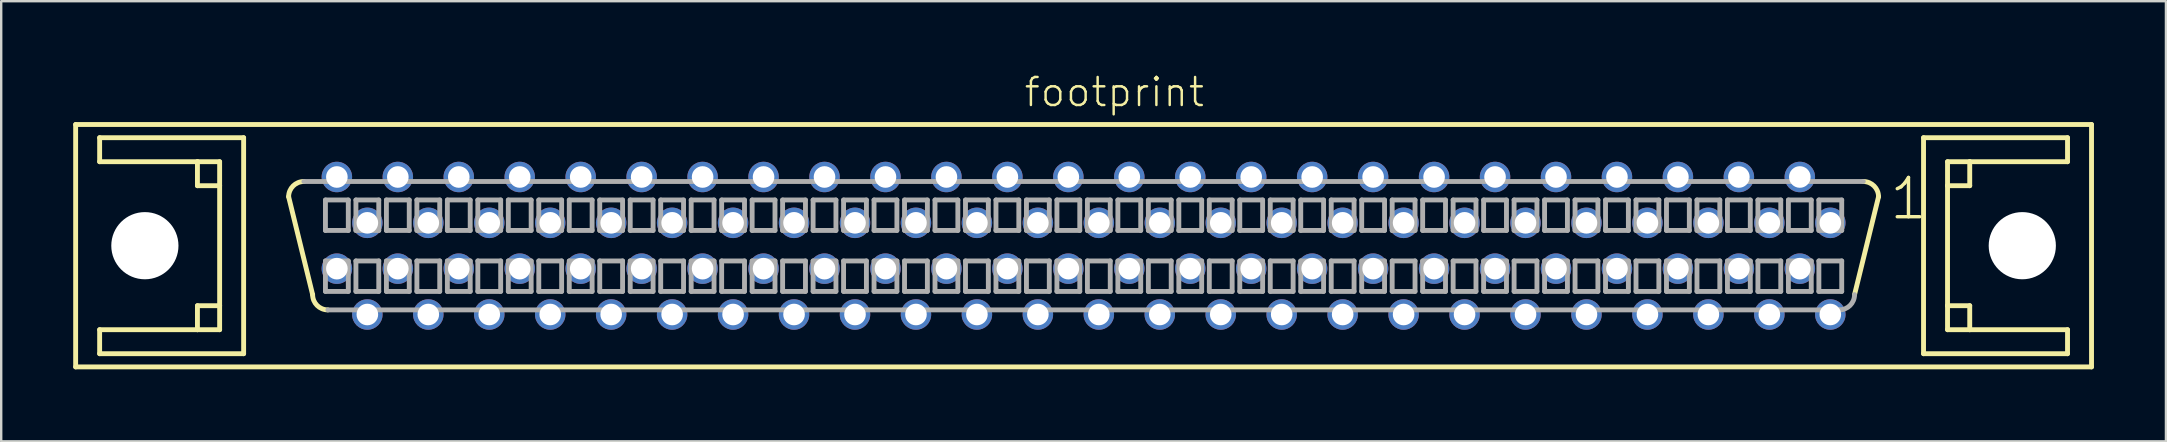
<source format=kicad_pcb>
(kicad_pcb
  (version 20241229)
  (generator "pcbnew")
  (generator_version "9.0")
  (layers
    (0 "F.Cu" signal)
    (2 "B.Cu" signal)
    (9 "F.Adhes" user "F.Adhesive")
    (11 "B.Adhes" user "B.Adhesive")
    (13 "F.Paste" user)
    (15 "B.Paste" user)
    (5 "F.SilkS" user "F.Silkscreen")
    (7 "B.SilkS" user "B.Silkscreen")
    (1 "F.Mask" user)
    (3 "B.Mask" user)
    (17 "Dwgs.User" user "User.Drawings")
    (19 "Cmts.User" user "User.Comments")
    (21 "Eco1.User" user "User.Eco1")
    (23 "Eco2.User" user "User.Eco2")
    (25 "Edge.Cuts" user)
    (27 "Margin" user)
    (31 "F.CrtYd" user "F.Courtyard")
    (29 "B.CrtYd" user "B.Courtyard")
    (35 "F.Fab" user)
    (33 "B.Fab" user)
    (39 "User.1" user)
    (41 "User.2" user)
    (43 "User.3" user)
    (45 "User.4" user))
  (footprint "footprint"
    (layer "F.Cu")
    (at 42.102 7.188)
    (property "Reference" "footprint" (at -2.54 -5.715 0) (layer "F.SilkS") (effects (font (size 1.168 1.168) (thickness 0.102)) (justify left bottom)))
    (fp_line (start -42 -5.05) (end 42 -5.05) (stroke (width 0.203) (type solid)) (layer "F.SilkS"))
    (fp_line (start -42 5.05) (end -42 -5.05) (stroke (width 0.203) (type solid)) (layer "F.SilkS"))
    (fp_line (start -41 -4.5) (end -41 -3.5) (stroke (width 0.203) (type solid)) (layer "F.SilkS"))
    (fp_line (start -41 -3.5) (end -36.925 -3.5) (stroke (width 0.203) (type solid)) (layer "F.SilkS"))
    (fp_line (start -41 3.5) (end -41 4.5) (stroke (width 0.203) (type solid)) (layer "F.SilkS"))
    (fp_line (start -41 4.5) (end -35 4.5) (stroke (width 0.203) (type solid)) (layer "F.SilkS"))
    (fp_line (start -36.925 -3.5) (end -36.925 -2.5) (stroke (width 0.203) (type solid)) (layer "F.SilkS"))
    (fp_line (start -36.925 -3.5) (end -36 -3.5) (stroke (width 0.203) (type solid)) (layer "F.SilkS"))
    (fp_line (start -36.925 -2.5) (end -36 -2.5) (stroke (width 0.203) (type solid)) (layer "F.SilkS"))
    (fp_line (start -36.925 2.5) (end -36.925 3.5) (stroke (width 0.203) (type solid)) (layer "F.SilkS"))
    (fp_line (start -36.925 3.5) (end -41 3.5) (stroke (width 0.203) (type solid)) (layer "F.SilkS"))
    (fp_line (start -36 -3.5) (end -36 -2.5) (stroke (width 0.203) (type solid)) (layer "F.SilkS"))
    (fp_line (start -36 -2.5) (end -36 2.5) (stroke (width 0.203) (type solid)) (layer "F.SilkS"))
    (fp_line (start -36 2.5) (end -36.925 2.5) (stroke (width 0.203) (type solid)) (layer "F.SilkS"))
    (fp_line (start -36 2.5) (end -36 3.5) (stroke (width 0.203) (type solid)) (layer "F.SilkS"))
    (fp_line (start -36 3.5) (end -36.925 3.5) (stroke (width 0.203) (type solid)) (layer "F.SilkS"))
    (fp_line (start -35 -4.5) (end -41 -4.5) (stroke (width 0.203) (type solid)) (layer "F.SilkS"))
    (fp_line (start -35 4.5) (end -35 -4.5) (stroke (width 0.203) (type solid)) (layer "F.SilkS"))
    (fp_line (start -32.125 2.04) (end -33.125 -2.04) (stroke (width 0.203) (type solid)) (layer "F.SilkS"))
    (fp_line (start 33.125 -2.04) (end 32.125 2.04) (stroke (width 0.203) (type solid)) (layer "F.SilkS"))
    (fp_line (start 35 -4.5) (end 35 4.5) (stroke (width 0.203) (type solid)) (layer "F.SilkS"))
    (fp_line (start 35 4.5) (end 41 4.5) (stroke (width 0.203) (type solid)) (layer "F.SilkS"))
    (fp_line (start 36 -3.5) (end 36.925 -3.5) (stroke (width 0.203) (type solid)) (layer "F.SilkS"))
    (fp_line (start 36 -2.5) (end 36 -3.5) (stroke (width 0.203) (type solid)) (layer "F.SilkS"))
    (fp_line (start 36 -2.5) (end 36.925 -2.5) (stroke (width 0.203) (type solid)) (layer "F.SilkS"))
    (fp_line (start 36 2.5) (end 36 -2.5) (stroke (width 0.203) (type solid)) (layer "F.SilkS"))
    (fp_line (start 36 3.5) (end 36 2.5) (stroke (width 0.203) (type solid)) (layer "F.SilkS"))
    (fp_line (start 36.925 -3.5) (end 41 -3.5) (stroke (width 0.203) (type solid)) (layer "F.SilkS"))
    (fp_line (start 36.925 -2.5) (end 36.925 -3.5) (stroke (width 0.203) (type solid)) (layer "F.SilkS"))
    (fp_line (start 36.925 2.5) (end 36 2.5) (stroke (width 0.203) (type solid)) (layer "F.SilkS"))
    (fp_line (start 36.925 3.5) (end 36 3.5) (stroke (width 0.203) (type solid)) (layer "F.SilkS"))
    (fp_line (start 36.925 3.5) (end 36.925 2.5) (stroke (width 0.203) (type solid)) (layer "F.SilkS"))
    (fp_line (start 41 -4.5) (end 35 -4.5) (stroke (width 0.203) (type solid)) (layer "F.SilkS"))
    (fp_line (start 41 -3.5) (end 41 -4.5) (stroke (width 0.203) (type solid)) (layer "F.SilkS"))
    (fp_line (start 41 3.5) (end 36.925 3.5) (stroke (width 0.203) (type solid)) (layer "F.SilkS"))
    (fp_line (start 41 4.5) (end 41 3.5) (stroke (width 0.203) (type solid)) (layer "F.SilkS"))
    (fp_line (start 42 -5.05) (end 42 5.05) (stroke (width 0.203) (type solid)) (layer "F.SilkS"))
    (fp_line (start 42 5.05) (end -42 5.05) (stroke (width 0.203) (type solid)) (layer "F.SilkS"))
    (fp_arc (start -33.125 -2.04) (mid -32.939013 -2.489013) (end -32.49 -2.675) (stroke (width 0.2032) (type solid)) (layer "F.SilkS"))
    (fp_arc (start -31.49 2.675) (mid -31.939013 2.489013) (end -32.125 2.04) (stroke (width 0.2032) (type solid)) (layer "F.SilkS"))
    (fp_arc (start 32.49 -2.675) (mid 32.939013 -2.489013) (end 33.125 -2.04) (stroke (width 0.2032) (type solid)) (layer "F.SilkS"))
    (fp_line (start -32.49 -2.675) (end 32.49 -2.675) (stroke (width 0.203) (type solid)) (layer "F.Fab"))
    (fp_line (start -31.591 -1.905) (end -31.591 -0.635) (stroke (width 0.203) (type solid)) (layer "F.Fab"))
    (fp_line (start -31.591 -0.635) (end -30.639 -0.635) (stroke (width 0.203) (type solid)) (layer "F.Fab"))
    (fp_line (start -31.591 0.635) (end -30.639 0.635) (stroke (width 0.203) (type solid)) (layer "F.Fab"))
    (fp_line (start -31.591 1.905) (end -31.591 0.635) (stroke (width 0.203) (type solid)) (layer "F.Fab"))
    (fp_line (start -30.639 -1.905) (end -31.591 -1.905) (stroke (width 0.203) (type solid)) (layer "F.Fab"))
    (fp_line (start -30.639 -0.635) (end -30.639 -1.905) (stroke (width 0.203) (type solid)) (layer "F.Fab"))
    (fp_line (start -30.639 0.635) (end -30.639 1.905) (stroke (width 0.203) (type solid)) (layer "F.Fab"))
    (fp_line (start -30.639 1.905) (end -31.591 1.905) (stroke (width 0.203) (type solid)) (layer "F.Fab"))
    (fp_line (start -30.321 -1.905) (end -30.321 -0.635) (stroke (width 0.203) (type solid)) (layer "F.Fab"))
    (fp_line (start -30.321 -0.635) (end -29.369 -0.635) (stroke (width 0.203) (type solid)) (layer "F.Fab"))
    (fp_line (start -30.321 0.635) (end -29.369 0.635) (stroke (width 0.203) (type solid)) (layer "F.Fab"))
    (fp_line (start -30.321 1.905) (end -30.321 0.635) (stroke (width 0.203) (type solid)) (layer "F.Fab"))
    (fp_line (start -29.369 -1.905) (end -30.321 -1.905) (stroke (width 0.203) (type solid)) (layer "F.Fab"))
    (fp_line (start -29.369 -0.635) (end -29.369 -1.905) (stroke (width 0.203) (type solid)) (layer "F.Fab"))
    (fp_line (start -29.369 0.635) (end -29.369 1.905) (stroke (width 0.203) (type solid)) (layer "F.Fab"))
    (fp_line (start -29.369 1.905) (end -30.321 1.905) (stroke (width 0.203) (type solid)) (layer "F.Fab"))
    (fp_line (start -29.051 -1.905) (end -29.051 -0.635) (stroke (width 0.203) (type solid)) (layer "F.Fab"))
    (fp_line (start -29.051 -0.635) (end -28.099 -0.635) (stroke (width 0.203) (type solid)) (layer "F.Fab"))
    (fp_line (start -29.051 0.635) (end -28.099 0.635) (stroke (width 0.203) (type solid)) (layer "F.Fab"))
    (fp_line (start -29.051 1.905) (end -29.051 0.635) (stroke (width 0.203) (type solid)) (layer "F.Fab"))
    (fp_line (start -28.099 -1.905) (end -29.051 -1.905) (stroke (width 0.203) (type solid)) (layer "F.Fab"))
    (fp_line (start -28.099 -0.635) (end -28.099 -1.905) (stroke (width 0.203) (type solid)) (layer "F.Fab"))
    (fp_line (start -28.099 0.635) (end -28.099 1.905) (stroke (width 0.203) (type solid)) (layer "F.Fab"))
    (fp_line (start -28.099 1.905) (end -29.051 1.905) (stroke (width 0.203) (type solid)) (layer "F.Fab"))
    (fp_line (start -27.781 -1.905) (end -27.781 -0.635) (stroke (width 0.203) (type solid)) (layer "F.Fab"))
    (fp_line (start -27.781 -0.635) (end -26.829 -0.635) (stroke (width 0.203) (type solid)) (layer "F.Fab"))
    (fp_line (start -27.781 0.635) (end -26.829 0.635) (stroke (width 0.203) (type solid)) (layer "F.Fab"))
    (fp_line (start -27.781 1.905) (end -27.781 0.635) (stroke (width 0.203) (type solid)) (layer "F.Fab"))
    (fp_line (start -26.829 -1.905) (end -27.781 -1.905) (stroke (width 0.203) (type solid)) (layer "F.Fab"))
    (fp_line (start -26.829 -0.635) (end -26.829 -1.905) (stroke (width 0.203) (type solid)) (layer "F.Fab"))
    (fp_line (start -26.829 0.635) (end -26.829 1.905) (stroke (width 0.203) (type solid)) (layer "F.Fab"))
    (fp_line (start -26.829 1.905) (end -27.781 1.905) (stroke (width 0.203) (type solid)) (layer "F.Fab"))
    (fp_line (start -26.511 -1.905) (end -26.511 -0.635) (stroke (width 0.203) (type solid)) (layer "F.Fab"))
    (fp_line (start -26.511 -0.635) (end -25.559 -0.635) (stroke (width 0.203) (type solid)) (layer "F.Fab"))
    (fp_line (start -26.511 0.635) (end -25.559 0.635) (stroke (width 0.203) (type solid)) (layer "F.Fab"))
    (fp_line (start -26.511 1.905) (end -26.511 0.635) (stroke (width 0.203) (type solid)) (layer "F.Fab"))
    (fp_line (start -25.559 -1.905) (end -26.511 -1.905) (stroke (width 0.203) (type solid)) (layer "F.Fab"))
    (fp_line (start -25.559 -0.635) (end -25.559 -1.905) (stroke (width 0.203) (type solid)) (layer "F.Fab"))
    (fp_line (start -25.559 0.635) (end -25.559 1.905) (stroke (width 0.203) (type solid)) (layer "F.Fab"))
    (fp_line (start -25.559 1.905) (end -26.511 1.905) (stroke (width 0.203) (type solid)) (layer "F.Fab"))
    (fp_line (start -25.241 -1.905) (end -25.241 -0.635) (stroke (width 0.203) (type solid)) (layer "F.Fab"))
    (fp_line (start -25.241 -0.635) (end -24.289 -0.635) (stroke (width 0.203) (type solid)) (layer "F.Fab"))
    (fp_line (start -25.241 0.635) (end -24.289 0.635) (stroke (width 0.203) (type solid)) (layer "F.Fab"))
    (fp_line (start -25.241 1.905) (end -25.241 0.635) (stroke (width 0.203) (type solid)) (layer "F.Fab"))
    (fp_line (start -24.289 -1.905) (end -25.241 -1.905) (stroke (width 0.203) (type solid)) (layer "F.Fab"))
    (fp_line (start -24.289 -0.635) (end -24.289 -1.905) (stroke (width 0.203) (type solid)) (layer "F.Fab"))
    (fp_line (start -24.289 0.635) (end -24.289 1.905) (stroke (width 0.203) (type solid)) (layer "F.Fab"))
    (fp_line (start -24.289 1.905) (end -25.241 1.905) (stroke (width 0.203) (type solid)) (layer "F.Fab"))
    (fp_line (start -23.971 -1.905) (end -23.971 -0.635) (stroke (width 0.203) (type solid)) (layer "F.Fab"))
    (fp_line (start -23.971 -0.635) (end -23.019 -0.635) (stroke (width 0.203) (type solid)) (layer "F.Fab"))
    (fp_line (start -23.971 0.635) (end -23.019 0.635) (stroke (width 0.203) (type solid)) (layer "F.Fab"))
    (fp_line (start -23.971 1.905) (end -23.971 0.635) (stroke (width 0.203) (type solid)) (layer "F.Fab"))
    (fp_line (start -23.019 -1.905) (end -23.971 -1.905) (stroke (width 0.203) (type solid)) (layer "F.Fab"))
    (fp_line (start -23.019 -0.635) (end -23.019 -1.905) (stroke (width 0.203) (type solid)) (layer "F.Fab"))
    (fp_line (start -23.019 0.635) (end -23.019 1.905) (stroke (width 0.203) (type solid)) (layer "F.Fab"))
    (fp_line (start -23.019 1.905) (end -23.971 1.905) (stroke (width 0.203) (type solid)) (layer "F.Fab"))
    (fp_line (start -22.701 -1.905) (end -22.701 -0.635) (stroke (width 0.203) (type solid)) (layer "F.Fab"))
    (fp_line (start -22.701 -0.635) (end -21.749 -0.635) (stroke (width 0.203) (type solid)) (layer "F.Fab"))
    (fp_line (start -22.701 0.635) (end -21.749 0.635) (stroke (width 0.203) (type solid)) (layer "F.Fab"))
    (fp_line (start -22.701 1.905) (end -22.701 0.635) (stroke (width 0.203) (type solid)) (layer "F.Fab"))
    (fp_line (start -21.749 -1.905) (end -22.701 -1.905) (stroke (width 0.203) (type solid)) (layer "F.Fab"))
    (fp_line (start -21.749 -0.635) (end -21.749 -1.905) (stroke (width 0.203) (type solid)) (layer "F.Fab"))
    (fp_line (start -21.749 0.635) (end -21.749 1.905) (stroke (width 0.203) (type solid)) (layer "F.Fab"))
    (fp_line (start -21.749 1.905) (end -22.701 1.905) (stroke (width 0.203) (type solid)) (layer "F.Fab"))
    (fp_line (start -21.431 -1.905) (end -21.431 -0.635) (stroke (width 0.203) (type solid)) (layer "F.Fab"))
    (fp_line (start -21.431 -0.635) (end -20.479 -0.635) (stroke (width 0.203) (type solid)) (layer "F.Fab"))
    (fp_line (start -21.431 0.635) (end -20.479 0.635) (stroke (width 0.203) (type solid)) (layer "F.Fab"))
    (fp_line (start -21.431 1.905) (end -21.431 0.635) (stroke (width 0.203) (type solid)) (layer "F.Fab"))
    (fp_line (start -20.479 -1.905) (end -21.431 -1.905) (stroke (width 0.203) (type solid)) (layer "F.Fab"))
    (fp_line (start -20.479 -0.635) (end -20.479 -1.905) (stroke (width 0.203) (type solid)) (layer "F.Fab"))
    (fp_line (start -20.479 0.635) (end -20.479 1.905) (stroke (width 0.203) (type solid)) (layer "F.Fab"))
    (fp_line (start -20.479 1.905) (end -21.431 1.905) (stroke (width 0.203) (type solid)) (layer "F.Fab"))
    (fp_line (start -20.161 -1.905) (end -20.161 -0.635) (stroke (width 0.203) (type solid)) (layer "F.Fab"))
    (fp_line (start -20.161 -0.635) (end -19.209 -0.635) (stroke (width 0.203) (type solid)) (layer "F.Fab"))
    (fp_line (start -20.161 0.635) (end -19.209 0.635) (stroke (width 0.203) (type solid)) (layer "F.Fab"))
    (fp_line (start -20.161 1.905) (end -20.161 0.635) (stroke (width 0.203) (type solid)) (layer "F.Fab"))
    (fp_line (start -19.209 -1.905) (end -20.161 -1.905) (stroke (width 0.203) (type solid)) (layer "F.Fab"))
    (fp_line (start -19.209 -0.635) (end -19.209 -1.905) (stroke (width 0.203) (type solid)) (layer "F.Fab"))
    (fp_line (start -19.209 0.635) (end -19.209 1.905) (stroke (width 0.203) (type solid)) (layer "F.Fab"))
    (fp_line (start -19.209 1.905) (end -20.161 1.905) (stroke (width 0.203) (type solid)) (layer "F.Fab"))
    (fp_line (start -18.891 -1.905) (end -18.891 -0.635) (stroke (width 0.203) (type solid)) (layer "F.Fab"))
    (fp_line (start -18.891 -0.635) (end -17.939 -0.635) (stroke (width 0.203) (type solid)) (layer "F.Fab"))
    (fp_line (start -18.891 0.635) (end -17.939 0.635) (stroke (width 0.203) (type solid)) (layer "F.Fab"))
    (fp_line (start -18.891 1.905) (end -18.891 0.635) (stroke (width 0.203) (type solid)) (layer "F.Fab"))
    (fp_line (start -17.939 -1.905) (end -18.891 -1.905) (stroke (width 0.203) (type solid)) (layer "F.Fab"))
    (fp_line (start -17.939 -0.635) (end -17.939 -1.905) (stroke (width 0.203) (type solid)) (layer "F.Fab"))
    (fp_line (start -17.939 0.635) (end -17.939 1.905) (stroke (width 0.203) (type solid)) (layer "F.Fab"))
    (fp_line (start -17.939 1.905) (end -18.891 1.905) (stroke (width 0.203) (type solid)) (layer "F.Fab"))
    (fp_line (start -17.621 -1.905) (end -17.621 -0.635) (stroke (width 0.203) (type solid)) (layer "F.Fab"))
    (fp_line (start -17.621 -0.635) (end -16.669 -0.635) (stroke (width 0.203) (type solid)) (layer "F.Fab"))
    (fp_line (start -17.621 0.635) (end -16.669 0.635) (stroke (width 0.203) (type solid)) (layer "F.Fab"))
    (fp_line (start -17.621 1.905) (end -17.621 0.635) (stroke (width 0.203) (type solid)) (layer "F.Fab"))
    (fp_line (start -16.669 -1.905) (end -17.621 -1.905) (stroke (width 0.203) (type solid)) (layer "F.Fab"))
    (fp_line (start -16.669 -0.635) (end -16.669 -1.905) (stroke (width 0.203) (type solid)) (layer "F.Fab"))
    (fp_line (start -16.669 0.635) (end -16.669 1.905) (stroke (width 0.203) (type solid)) (layer "F.Fab"))
    (fp_line (start -16.669 1.905) (end -17.621 1.905) (stroke (width 0.203) (type solid)) (layer "F.Fab"))
    (fp_line (start -16.351 -1.905) (end -16.351 -0.635) (stroke (width 0.203) (type solid)) (layer "F.Fab"))
    (fp_line (start -16.351 -0.635) (end -15.399 -0.635) (stroke (width 0.203) (type solid)) (layer "F.Fab"))
    (fp_line (start -16.351 0.635) (end -15.399 0.635) (stroke (width 0.203) (type solid)) (layer "F.Fab"))
    (fp_line (start -16.351 1.905) (end -16.351 0.635) (stroke (width 0.203) (type solid)) (layer "F.Fab"))
    (fp_line (start -15.399 -1.905) (end -16.351 -1.905) (stroke (width 0.203) (type solid)) (layer "F.Fab"))
    (fp_line (start -15.399 -0.635) (end -15.399 -1.905) (stroke (width 0.203) (type solid)) (layer "F.Fab"))
    (fp_line (start -15.399 0.635) (end -15.399 1.905) (stroke (width 0.203) (type solid)) (layer "F.Fab"))
    (fp_line (start -15.399 1.905) (end -16.351 1.905) (stroke (width 0.203) (type solid)) (layer "F.Fab"))
    (fp_line (start -15.081 -1.905) (end -15.081 -0.635) (stroke (width 0.203) (type solid)) (layer "F.Fab"))
    (fp_line (start -15.081 -0.635) (end -14.129 -0.635) (stroke (width 0.203) (type solid)) (layer "F.Fab"))
    (fp_line (start -15.081 0.635) (end -14.129 0.635) (stroke (width 0.203) (type solid)) (layer "F.Fab"))
    (fp_line (start -15.081 1.905) (end -15.081 0.635) (stroke (width 0.203) (type solid)) (layer "F.Fab"))
    (fp_line (start -14.129 -1.905) (end -15.081 -1.905) (stroke (width 0.203) (type solid)) (layer "F.Fab"))
    (fp_line (start -14.129 -0.635) (end -14.129 -1.905) (stroke (width 0.203) (type solid)) (layer "F.Fab"))
    (fp_line (start -14.129 0.635) (end -14.129 1.905) (stroke (width 0.203) (type solid)) (layer "F.Fab"))
    (fp_line (start -14.129 1.905) (end -15.081 1.905) (stroke (width 0.203) (type solid)) (layer "F.Fab"))
    (fp_line (start -13.811 -1.905) (end -13.811 -0.635) (stroke (width 0.203) (type solid)) (layer "F.Fab"))
    (fp_line (start -13.811 -0.635) (end -12.859 -0.635) (stroke (width 0.203) (type solid)) (layer "F.Fab"))
    (fp_line (start -13.811 0.635) (end -12.859 0.635) (stroke (width 0.203) (type solid)) (layer "F.Fab"))
    (fp_line (start -13.811 1.905) (end -13.811 0.635) (stroke (width 0.203) (type solid)) (layer "F.Fab"))
    (fp_line (start -12.859 -1.905) (end -13.811 -1.905) (stroke (width 0.203) (type solid)) (layer "F.Fab"))
    (fp_line (start -12.859 -0.635) (end -12.859 -1.905) (stroke (width 0.203) (type solid)) (layer "F.Fab"))
    (fp_line (start -12.859 0.635) (end -12.859 1.905) (stroke (width 0.203) (type solid)) (layer "F.Fab"))
    (fp_line (start -12.859 1.905) (end -13.811 1.905) (stroke (width 0.203) (type solid)) (layer "F.Fab"))
    (fp_line (start -12.541 -1.905) (end -12.541 -0.635) (stroke (width 0.203) (type solid)) (layer "F.Fab"))
    (fp_line (start -12.541 -0.635) (end -11.589 -0.635) (stroke (width 0.203) (type solid)) (layer "F.Fab"))
    (fp_line (start -12.541 0.635) (end -11.589 0.635) (stroke (width 0.203) (type solid)) (layer "F.Fab"))
    (fp_line (start -12.541 1.905) (end -12.541 0.635) (stroke (width 0.203) (type solid)) (layer "F.Fab"))
    (fp_line (start -11.589 -1.905) (end -12.541 -1.905) (stroke (width 0.203) (type solid)) (layer "F.Fab"))
    (fp_line (start -11.589 -0.635) (end -11.589 -1.905) (stroke (width 0.203) (type solid)) (layer "F.Fab"))
    (fp_line (start -11.589 0.635) (end -11.589 1.905) (stroke (width 0.203) (type solid)) (layer "F.Fab"))
    (fp_line (start -11.589 1.905) (end -12.541 1.905) (stroke (width 0.203) (type solid)) (layer "F.Fab"))
    (fp_line (start -11.271 -1.905) (end -11.271 -0.635) (stroke (width 0.203) (type solid)) (layer "F.Fab"))
    (fp_line (start -11.271 -0.635) (end -10.319 -0.635) (stroke (width 0.203) (type solid)) (layer "F.Fab"))
    (fp_line (start -11.271 0.635) (end -10.319 0.635) (stroke (width 0.203) (type solid)) (layer "F.Fab"))
    (fp_line (start -11.271 1.905) (end -11.271 0.635) (stroke (width 0.203) (type solid)) (layer "F.Fab"))
    (fp_line (start -10.319 -1.905) (end -11.271 -1.905) (stroke (width 0.203) (type solid)) (layer "F.Fab"))
    (fp_line (start -10.319 -0.635) (end -10.319 -1.905) (stroke (width 0.203) (type solid)) (layer "F.Fab"))
    (fp_line (start -10.319 0.635) (end -10.319 1.905) (stroke (width 0.203) (type solid)) (layer "F.Fab"))
    (fp_line (start -10.319 1.905) (end -11.271 1.905) (stroke (width 0.203) (type solid)) (layer "F.Fab"))
    (fp_line (start -10.001 -1.905) (end -10.001 -0.635) (stroke (width 0.203) (type solid)) (layer "F.Fab"))
    (fp_line (start -10.001 -0.635) (end -9.049 -0.635) (stroke (width 0.203) (type solid)) (layer "F.Fab"))
    (fp_line (start -10.001 0.635) (end -9.049 0.635) (stroke (width 0.203) (type solid)) (layer "F.Fab"))
    (fp_line (start -10.001 1.905) (end -10.001 0.635) (stroke (width 0.203) (type solid)) (layer "F.Fab"))
    (fp_line (start -9.049 -1.905) (end -10.001 -1.905) (stroke (width 0.203) (type solid)) (layer "F.Fab"))
    (fp_line (start -9.049 -0.635) (end -9.049 -1.905) (stroke (width 0.203) (type solid)) (layer "F.Fab"))
    (fp_line (start -9.049 0.635) (end -9.049 1.905) (stroke (width 0.203) (type solid)) (layer "F.Fab"))
    (fp_line (start -9.049 1.905) (end -10.001 1.905) (stroke (width 0.203) (type solid)) (layer "F.Fab"))
    (fp_line (start -8.731 -1.905) (end -8.731 -0.635) (stroke (width 0.203) (type solid)) (layer "F.Fab"))
    (fp_line (start -8.731 -0.635) (end -7.779 -0.635) (stroke (width 0.203) (type solid)) (layer "F.Fab"))
    (fp_line (start -8.731 0.635) (end -7.779 0.635) (stroke (width 0.203) (type solid)) (layer "F.Fab"))
    (fp_line (start -8.731 1.905) (end -8.731 0.635) (stroke (width 0.203) (type solid)) (layer "F.Fab"))
    (fp_line (start -7.779 -1.905) (end -8.731 -1.905) (stroke (width 0.203) (type solid)) (layer "F.Fab"))
    (fp_line (start -7.779 -0.635) (end -7.779 -1.905) (stroke (width 0.203) (type solid)) (layer "F.Fab"))
    (fp_line (start -7.779 0.635) (end -7.779 1.905) (stroke (width 0.203) (type solid)) (layer "F.Fab"))
    (fp_line (start -7.779 1.905) (end -8.731 1.905) (stroke (width 0.203) (type solid)) (layer "F.Fab"))
    (fp_line (start -7.461 -1.905) (end -7.461 -0.635) (stroke (width 0.203) (type solid)) (layer "F.Fab"))
    (fp_line (start -7.461 -0.635) (end -6.509 -0.635) (stroke (width 0.203) (type solid)) (layer "F.Fab"))
    (fp_line (start -7.461 0.635) (end -6.509 0.635) (stroke (width 0.203) (type solid)) (layer "F.Fab"))
    (fp_line (start -7.461 1.905) (end -7.461 0.635) (stroke (width 0.203) (type solid)) (layer "F.Fab"))
    (fp_line (start -6.509 -1.905) (end -7.461 -1.905) (stroke (width 0.203) (type solid)) (layer "F.Fab"))
    (fp_line (start -6.509 -0.635) (end -6.509 -1.905) (stroke (width 0.203) (type solid)) (layer "F.Fab"))
    (fp_line (start -6.509 0.635) (end -6.509 1.905) (stroke (width 0.203) (type solid)) (layer "F.Fab"))
    (fp_line (start -6.509 1.905) (end -7.461 1.905) (stroke (width 0.203) (type solid)) (layer "F.Fab"))
    (fp_line (start -6.191 -1.905) (end -6.191 -0.635) (stroke (width 0.203) (type solid)) (layer "F.Fab"))
    (fp_line (start -6.191 -0.635) (end -5.239 -0.635) (stroke (width 0.203) (type solid)) (layer "F.Fab"))
    (fp_line (start -6.191 0.635) (end -5.239 0.635) (stroke (width 0.203) (type solid)) (layer "F.Fab"))
    (fp_line (start -6.191 1.905) (end -6.191 0.635) (stroke (width 0.203) (type solid)) (layer "F.Fab"))
    (fp_line (start -5.239 -1.905) (end -6.191 -1.905) (stroke (width 0.203) (type solid)) (layer "F.Fab"))
    (fp_line (start -5.239 -0.635) (end -5.239 -1.905) (stroke (width 0.203) (type solid)) (layer "F.Fab"))
    (fp_line (start -5.239 0.635) (end -5.239 1.905) (stroke (width 0.203) (type solid)) (layer "F.Fab"))
    (fp_line (start -5.239 1.905) (end -6.191 1.905) (stroke (width 0.203) (type solid)) (layer "F.Fab"))
    (fp_line (start -4.921 -1.905) (end -4.921 -0.635) (stroke (width 0.203) (type solid)) (layer "F.Fab"))
    (fp_line (start -4.921 -0.635) (end -3.969 -0.635) (stroke (width 0.203) (type solid)) (layer "F.Fab"))
    (fp_line (start -4.921 0.635) (end -3.969 0.635) (stroke (width 0.203) (type solid)) (layer "F.Fab"))
    (fp_line (start -4.921 1.905) (end -4.921 0.635) (stroke (width 0.203) (type solid)) (layer "F.Fab"))
    (fp_line (start -3.969 -1.905) (end -4.921 -1.905) (stroke (width 0.203) (type solid)) (layer "F.Fab"))
    (fp_line (start -3.969 -0.635) (end -3.969 -1.905) (stroke (width 0.203) (type solid)) (layer "F.Fab"))
    (fp_line (start -3.969 0.635) (end -3.969 1.905) (stroke (width 0.203) (type solid)) (layer "F.Fab"))
    (fp_line (start -3.969 1.905) (end -4.921 1.905) (stroke (width 0.203) (type solid)) (layer "F.Fab"))
    (fp_line (start -3.651 -1.905) (end -3.651 -0.635) (stroke (width 0.203) (type solid)) (layer "F.Fab"))
    (fp_line (start -3.651 -0.635) (end -2.699 -0.635) (stroke (width 0.203) (type solid)) (layer "F.Fab"))
    (fp_line (start -3.651 0.635) (end -2.699 0.635) (stroke (width 0.203) (type solid)) (layer "F.Fab"))
    (fp_line (start -3.651 1.905) (end -3.651 0.635) (stroke (width 0.203) (type solid)) (layer "F.Fab"))
    (fp_line (start -2.699 -1.905) (end -3.651 -1.905) (stroke (width 0.203) (type solid)) (layer "F.Fab"))
    (fp_line (start -2.699 -0.635) (end -2.699 -1.905) (stroke (width 0.203) (type solid)) (layer "F.Fab"))
    (fp_line (start -2.699 0.635) (end -2.699 1.905) (stroke (width 0.203) (type solid)) (layer "F.Fab"))
    (fp_line (start -2.699 1.905) (end -3.651 1.905) (stroke (width 0.203) (type solid)) (layer "F.Fab"))
    (fp_line (start -2.381 -1.905) (end -2.381 -0.635) (stroke (width 0.203) (type solid)) (layer "F.Fab"))
    (fp_line (start -2.381 -0.635) (end -1.429 -0.635) (stroke (width 0.203) (type solid)) (layer "F.Fab"))
    (fp_line (start -2.381 0.635) (end -1.429 0.635) (stroke (width 0.203) (type solid)) (layer "F.Fab"))
    (fp_line (start -2.381 1.905) (end -2.381 0.635) (stroke (width 0.203) (type solid)) (layer "F.Fab"))
    (fp_line (start -1.429 -1.905) (end -2.381 -1.905) (stroke (width 0.203) (type solid)) (layer "F.Fab"))
    (fp_line (start -1.429 -0.635) (end -1.429 -1.905) (stroke (width 0.203) (type solid)) (layer "F.Fab"))
    (fp_line (start -1.429 0.635) (end -1.429 1.905) (stroke (width 0.203) (type solid)) (layer "F.Fab"))
    (fp_line (start -1.429 1.905) (end -2.381 1.905) (stroke (width 0.203) (type solid)) (layer "F.Fab"))
    (fp_line (start -1.111 -1.905) (end -1.111 -0.635) (stroke (width 0.203) (type solid)) (layer "F.Fab"))
    (fp_line (start -1.111 -0.635) (end -0.159 -0.635) (stroke (width 0.203) (type solid)) (layer "F.Fab"))
    (fp_line (start -1.111 0.635) (end -0.159 0.635) (stroke (width 0.203) (type solid)) (layer "F.Fab"))
    (fp_line (start -1.111 1.905) (end -1.111 0.635) (stroke (width 0.203) (type solid)) (layer "F.Fab"))
    (fp_line (start -0.159 -1.905) (end -1.111 -1.905) (stroke (width 0.203) (type solid)) (layer "F.Fab"))
    (fp_line (start -0.159 -0.635) (end -0.159 -1.905) (stroke (width 0.203) (type solid)) (layer "F.Fab"))
    (fp_line (start -0.159 0.635) (end -0.159 1.905) (stroke (width 0.203) (type solid)) (layer "F.Fab"))
    (fp_line (start -0.159 1.905) (end -1.111 1.905) (stroke (width 0.203) (type solid)) (layer "F.Fab"))
    (fp_line (start 0.159 -1.905) (end 0.159 -0.635) (stroke (width 0.203) (type solid)) (layer "F.Fab"))
    (fp_line (start 0.159 -0.635) (end 1.111 -0.635) (stroke (width 0.203) (type solid)) (layer "F.Fab"))
    (fp_line (start 0.159 0.635) (end 1.111 0.635) (stroke (width 0.203) (type solid)) (layer "F.Fab"))
    (fp_line (start 0.159 1.905) (end 0.159 0.635) (stroke (width 0.203) (type solid)) (layer "F.Fab"))
    (fp_line (start 1.111 -1.905) (end 0.159 -1.905) (stroke (width 0.203) (type solid)) (layer "F.Fab"))
    (fp_line (start 1.111 -0.635) (end 1.111 -1.905) (stroke (width 0.203) (type solid)) (layer "F.Fab"))
    (fp_line (start 1.111 0.635) (end 1.111 1.905) (stroke (width 0.203) (type solid)) (layer "F.Fab"))
    (fp_line (start 1.111 1.905) (end 0.159 1.905) (stroke (width 0.203) (type solid)) (layer "F.Fab"))
    (fp_line (start 1.429 -1.905) (end 1.429 -0.635) (stroke (width 0.203) (type solid)) (layer "F.Fab"))
    (fp_line (start 1.429 -0.635) (end 2.381 -0.635) (stroke (width 0.203) (type solid)) (layer "F.Fab"))
    (fp_line (start 1.429 0.635) (end 2.381 0.635) (stroke (width 0.203) (type solid)) (layer "F.Fab"))
    (fp_line (start 1.429 1.905) (end 1.429 0.635) (stroke (width 0.203) (type solid)) (layer "F.Fab"))
    (fp_line (start 2.381 -1.905) (end 1.429 -1.905) (stroke (width 0.203) (type solid)) (layer "F.Fab"))
    (fp_line (start 2.381 -0.635) (end 2.381 -1.905) (stroke (width 0.203) (type solid)) (layer "F.Fab"))
    (fp_line (start 2.381 0.635) (end 2.381 1.905) (stroke (width 0.203) (type solid)) (layer "F.Fab"))
    (fp_line (start 2.381 1.905) (end 1.429 1.905) (stroke (width 0.203) (type solid)) (layer "F.Fab"))
    (fp_line (start 2.699 -1.905) (end 2.699 -0.635) (stroke (width 0.203) (type solid)) (layer "F.Fab"))
    (fp_line (start 2.699 -0.635) (end 3.651 -0.635) (stroke (width 0.203) (type solid)) (layer "F.Fab"))
    (fp_line (start 2.699 0.635) (end 3.651 0.635) (stroke (width 0.203) (type solid)) (layer "F.Fab"))
    (fp_line (start 2.699 1.905) (end 2.699 0.635) (stroke (width 0.203) (type solid)) (layer "F.Fab"))
    (fp_line (start 3.651 -1.905) (end 2.699 -1.905) (stroke (width 0.203) (type solid)) (layer "F.Fab"))
    (fp_line (start 3.651 -0.635) (end 3.651 -1.905) (stroke (width 0.203) (type solid)) (layer "F.Fab"))
    (fp_line (start 3.651 0.635) (end 3.651 1.905) (stroke (width 0.203) (type solid)) (layer "F.Fab"))
    (fp_line (start 3.651 1.905) (end 2.699 1.905) (stroke (width 0.203) (type solid)) (layer "F.Fab"))
    (fp_line (start 3.969 -1.905) (end 3.969 -0.635) (stroke (width 0.203) (type solid)) (layer "F.Fab"))
    (fp_line (start 3.969 -0.635) (end 4.921 -0.635) (stroke (width 0.203) (type solid)) (layer "F.Fab"))
    (fp_line (start 3.969 0.635) (end 4.921 0.635) (stroke (width 0.203) (type solid)) (layer "F.Fab"))
    (fp_line (start 3.969 1.905) (end 3.969 0.635) (stroke (width 0.203) (type solid)) (layer "F.Fab"))
    (fp_line (start 4.921 -1.905) (end 3.969 -1.905) (stroke (width 0.203) (type solid)) (layer "F.Fab"))
    (fp_line (start 4.921 -0.635) (end 4.921 -1.905) (stroke (width 0.203) (type solid)) (layer "F.Fab"))
    (fp_line (start 4.921 0.635) (end 4.921 1.905) (stroke (width 0.203) (type solid)) (layer "F.Fab"))
    (fp_line (start 4.921 1.905) (end 3.969 1.905) (stroke (width 0.203) (type solid)) (layer "F.Fab"))
    (fp_line (start 5.239 -1.905) (end 5.239 -0.635) (stroke (width 0.203) (type solid)) (layer "F.Fab"))
    (fp_line (start 5.239 -0.635) (end 6.191 -0.635) (stroke (width 0.203) (type solid)) (layer "F.Fab"))
    (fp_line (start 5.239 0.635) (end 6.191 0.635) (stroke (width 0.203) (type solid)) (layer "F.Fab"))
    (fp_line (start 5.239 1.905) (end 5.239 0.635) (stroke (width 0.203) (type solid)) (layer "F.Fab"))
    (fp_line (start 6.191 -1.905) (end 5.239 -1.905) (stroke (width 0.203) (type solid)) (layer "F.Fab"))
    (fp_line (start 6.191 -0.635) (end 6.191 -1.905) (stroke (width 0.203) (type solid)) (layer "F.Fab"))
    (fp_line (start 6.191 0.635) (end 6.191 1.905) (stroke (width 0.203) (type solid)) (layer "F.Fab"))
    (fp_line (start 6.191 1.905) (end 5.239 1.905) (stroke (width 0.203) (type solid)) (layer "F.Fab"))
    (fp_line (start 6.509 -1.905) (end 6.509 -0.635) (stroke (width 0.203) (type solid)) (layer "F.Fab"))
    (fp_line (start 6.509 -0.635) (end 7.461 -0.635) (stroke (width 0.203) (type solid)) (layer "F.Fab"))
    (fp_line (start 6.509 0.635) (end 7.461 0.635) (stroke (width 0.203) (type solid)) (layer "F.Fab"))
    (fp_line (start 6.509 1.905) (end 6.509 0.635) (stroke (width 0.203) (type solid)) (layer "F.Fab"))
    (fp_line (start 7.461 -1.905) (end 6.509 -1.905) (stroke (width 0.203) (type solid)) (layer "F.Fab"))
    (fp_line (start 7.461 -0.635) (end 7.461 -1.905) (stroke (width 0.203) (type solid)) (layer "F.Fab"))
    (fp_line (start 7.461 0.635) (end 7.461 1.905) (stroke (width 0.203) (type solid)) (layer "F.Fab"))
    (fp_line (start 7.461 1.905) (end 6.509 1.905) (stroke (width 0.203) (type solid)) (layer "F.Fab"))
    (fp_line (start 7.779 -1.905) (end 7.779 -0.635) (stroke (width 0.203) (type solid)) (layer "F.Fab"))
    (fp_line (start 7.779 -0.635) (end 8.731 -0.635) (stroke (width 0.203) (type solid)) (layer "F.Fab"))
    (fp_line (start 7.779 0.635) (end 8.731 0.635) (stroke (width 0.203) (type solid)) (layer "F.Fab"))
    (fp_line (start 7.779 1.905) (end 7.779 0.635) (stroke (width 0.203) (type solid)) (layer "F.Fab"))
    (fp_line (start 8.731 -1.905) (end 7.779 -1.905) (stroke (width 0.203) (type solid)) (layer "F.Fab"))
    (fp_line (start 8.731 -0.635) (end 8.731 -1.905) (stroke (width 0.203) (type solid)) (layer "F.Fab"))
    (fp_line (start 8.731 0.635) (end 8.731 1.905) (stroke (width 0.203) (type solid)) (layer "F.Fab"))
    (fp_line (start 8.731 1.905) (end 7.779 1.905) (stroke (width 0.203) (type solid)) (layer "F.Fab"))
    (fp_line (start 9.049 -1.905) (end 9.049 -0.635) (stroke (width 0.203) (type solid)) (layer "F.Fab"))
    (fp_line (start 9.049 -0.635) (end 10.001 -0.635) (stroke (width 0.203) (type solid)) (layer "F.Fab"))
    (fp_line (start 9.049 0.635) (end 10.001 0.635) (stroke (width 0.203) (type solid)) (layer "F.Fab"))
    (fp_line (start 9.049 1.905) (end 9.049 0.635) (stroke (width 0.203) (type solid)) (layer "F.Fab"))
    (fp_line (start 10.001 -1.905) (end 9.049 -1.905) (stroke (width 0.203) (type solid)) (layer "F.Fab"))
    (fp_line (start 10.001 -0.635) (end 10.001 -1.905) (stroke (width 0.203) (type solid)) (layer "F.Fab"))
    (fp_line (start 10.001 0.635) (end 10.001 1.905) (stroke (width 0.203) (type solid)) (layer "F.Fab"))
    (fp_line (start 10.001 1.905) (end 9.049 1.905) (stroke (width 0.203) (type solid)) (layer "F.Fab"))
    (fp_line (start 10.319 -1.905) (end 10.319 -0.635) (stroke (width 0.203) (type solid)) (layer "F.Fab"))
    (fp_line (start 10.319 -0.635) (end 11.271 -0.635) (stroke (width 0.203) (type solid)) (layer "F.Fab"))
    (fp_line (start 10.319 0.635) (end 11.271 0.635) (stroke (width 0.203) (type solid)) (layer "F.Fab"))
    (fp_line (start 10.319 1.905) (end 10.319 0.635) (stroke (width 0.203) (type solid)) (layer "F.Fab"))
    (fp_line (start 11.271 -1.905) (end 10.319 -1.905) (stroke (width 0.203) (type solid)) (layer "F.Fab"))
    (fp_line (start 11.271 -0.635) (end 11.271 -1.905) (stroke (width 0.203) (type solid)) (layer "F.Fab"))
    (fp_line (start 11.271 0.635) (end 11.271 1.905) (stroke (width 0.203) (type solid)) (layer "F.Fab"))
    (fp_line (start 11.271 1.905) (end 10.319 1.905) (stroke (width 0.203) (type solid)) (layer "F.Fab"))
    (fp_line (start 11.589 -1.905) (end 11.589 -0.635) (stroke (width 0.203) (type solid)) (layer "F.Fab"))
    (fp_line (start 11.589 -0.635) (end 12.541 -0.635) (stroke (width 0.203) (type solid)) (layer "F.Fab"))
    (fp_line (start 11.589 0.635) (end 12.541 0.635) (stroke (width 0.203) (type solid)) (layer "F.Fab"))
    (fp_line (start 11.589 1.905) (end 11.589 0.635) (stroke (width 0.203) (type solid)) (layer "F.Fab"))
    (fp_line (start 12.541 -1.905) (end 11.589 -1.905) (stroke (width 0.203) (type solid)) (layer "F.Fab"))
    (fp_line (start 12.541 -0.635) (end 12.541 -1.905) (stroke (width 0.203) (type solid)) (layer "F.Fab"))
    (fp_line (start 12.541 0.635) (end 12.541 1.905) (stroke (width 0.203) (type solid)) (layer "F.Fab"))
    (fp_line (start 12.541 1.905) (end 11.589 1.905) (stroke (width 0.203) (type solid)) (layer "F.Fab"))
    (fp_line (start 12.859 -1.905) (end 12.859 -0.635) (stroke (width 0.203) (type solid)) (layer "F.Fab"))
    (fp_line (start 12.859 -0.635) (end 13.811 -0.635) (stroke (width 0.203) (type solid)) (layer "F.Fab"))
    (fp_line (start 12.859 0.635) (end 13.811 0.635) (stroke (width 0.203) (type solid)) (layer "F.Fab"))
    (fp_line (start 12.859 1.905) (end 12.859 0.635) (stroke (width 0.203) (type solid)) (layer "F.Fab"))
    (fp_line (start 13.811 -1.905) (end 12.859 -1.905) (stroke (width 0.203) (type solid)) (layer "F.Fab"))
    (fp_line (start 13.811 -0.635) (end 13.811 -1.905) (stroke (width 0.203) (type solid)) (layer "F.Fab"))
    (fp_line (start 13.811 0.635) (end 13.811 1.905) (stroke (width 0.203) (type solid)) (layer "F.Fab"))
    (fp_line (start 13.811 1.905) (end 12.859 1.905) (stroke (width 0.203) (type solid)) (layer "F.Fab"))
    (fp_line (start 14.129 -1.905) (end 14.129 -0.635) (stroke (width 0.203) (type solid)) (layer "F.Fab"))
    (fp_line (start 14.129 -0.635) (end 15.081 -0.635) (stroke (width 0.203) (type solid)) (layer "F.Fab"))
    (fp_line (start 14.129 0.635) (end 15.081 0.635) (stroke (width 0.203) (type solid)) (layer "F.Fab"))
    (fp_line (start 14.129 1.905) (end 14.129 0.635) (stroke (width 0.203) (type solid)) (layer "F.Fab"))
    (fp_line (start 15.081 -1.905) (end 14.129 -1.905) (stroke (width 0.203) (type solid)) (layer "F.Fab"))
    (fp_line (start 15.081 -0.635) (end 15.081 -1.905) (stroke (width 0.203) (type solid)) (layer "F.Fab"))
    (fp_line (start 15.081 0.635) (end 15.081 1.905) (stroke (width 0.203) (type solid)) (layer "F.Fab"))
    (fp_line (start 15.081 1.905) (end 14.129 1.905) (stroke (width 0.203) (type solid)) (layer "F.Fab"))
    (fp_line (start 15.399 -1.905) (end 15.399 -0.635) (stroke (width 0.203) (type solid)) (layer "F.Fab"))
    (fp_line (start 15.399 -0.635) (end 16.351 -0.635) (stroke (width 0.203) (type solid)) (layer "F.Fab"))
    (fp_line (start 15.399 0.635) (end 16.351 0.635) (stroke (width 0.203) (type solid)) (layer "F.Fab"))
    (fp_line (start 15.399 1.905) (end 15.399 0.635) (stroke (width 0.203) (type solid)) (layer "F.Fab"))
    (fp_line (start 16.351 -1.905) (end 15.399 -1.905) (stroke (width 0.203) (type solid)) (layer "F.Fab"))
    (fp_line (start 16.351 -0.635) (end 16.351 -1.905) (stroke (width 0.203) (type solid)) (layer "F.Fab"))
    (fp_line (start 16.351 0.635) (end 16.351 1.905) (stroke (width 0.203) (type solid)) (layer "F.Fab"))
    (fp_line (start 16.351 1.905) (end 15.399 1.905) (stroke (width 0.203) (type solid)) (layer "F.Fab"))
    (fp_line (start 16.669 -1.905) (end 16.669 -0.635) (stroke (width 0.203) (type solid)) (layer "F.Fab"))
    (fp_line (start 16.669 -0.635) (end 17.621 -0.635) (stroke (width 0.203) (type solid)) (layer "F.Fab"))
    (fp_line (start 16.669 0.635) (end 17.621 0.635) (stroke (width 0.203) (type solid)) (layer "F.Fab"))
    (fp_line (start 16.669 1.905) (end 16.669 0.635) (stroke (width 0.203) (type solid)) (layer "F.Fab"))
    (fp_line (start 17.621 -1.905) (end 16.669 -1.905) (stroke (width 0.203) (type solid)) (layer "F.Fab"))
    (fp_line (start 17.621 -0.635) (end 17.621 -1.905) (stroke (width 0.203) (type solid)) (layer "F.Fab"))
    (fp_line (start 17.621 0.635) (end 17.621 1.905) (stroke (width 0.203) (type solid)) (layer "F.Fab"))
    (fp_line (start 17.621 1.905) (end 16.669 1.905) (stroke (width 0.203) (type solid)) (layer "F.Fab"))
    (fp_line (start 17.939 -1.905) (end 17.939 -0.635) (stroke (width 0.203) (type solid)) (layer "F.Fab"))
    (fp_line (start 17.939 -0.635) (end 18.891 -0.635) (stroke (width 0.203) (type solid)) (layer "F.Fab"))
    (fp_line (start 17.939 0.635) (end 18.891 0.635) (stroke (width 0.203) (type solid)) (layer "F.Fab"))
    (fp_line (start 17.939 1.905) (end 17.939 0.635) (stroke (width 0.203) (type solid)) (layer "F.Fab"))
    (fp_line (start 18.891 -1.905) (end 17.939 -1.905) (stroke (width 0.203) (type solid)) (layer "F.Fab"))
    (fp_line (start 18.891 -0.635) (end 18.891 -1.905) (stroke (width 0.203) (type solid)) (layer "F.Fab"))
    (fp_line (start 18.891 0.635) (end 18.891 1.905) (stroke (width 0.203) (type solid)) (layer "F.Fab"))
    (fp_line (start 18.891 1.905) (end 17.939 1.905) (stroke (width 0.203) (type solid)) (layer "F.Fab"))
    (fp_line (start 19.209 -1.905) (end 19.209 -0.635) (stroke (width 0.203) (type solid)) (layer "F.Fab"))
    (fp_line (start 19.209 -0.635) (end 20.161 -0.635) (stroke (width 0.203) (type solid)) (layer "F.Fab"))
    (fp_line (start 19.209 0.635) (end 20.161 0.635) (stroke (width 0.203) (type solid)) (layer "F.Fab"))
    (fp_line (start 19.209 1.905) (end 19.209 0.635) (stroke (width 0.203) (type solid)) (layer "F.Fab"))
    (fp_line (start 20.161 -1.905) (end 19.209 -1.905) (stroke (width 0.203) (type solid)) (layer "F.Fab"))
    (fp_line (start 20.161 -0.635) (end 20.161 -1.905) (stroke (width 0.203) (type solid)) (layer "F.Fab"))
    (fp_line (start 20.161 0.635) (end 20.161 1.905) (stroke (width 0.203) (type solid)) (layer "F.Fab"))
    (fp_line (start 20.161 1.905) (end 19.209 1.905) (stroke (width 0.203) (type solid)) (layer "F.Fab"))
    (fp_line (start 20.479 -1.905) (end 20.479 -0.635) (stroke (width 0.203) (type solid)) (layer "F.Fab"))
    (fp_line (start 20.479 -0.635) (end 21.431 -0.635) (stroke (width 0.203) (type solid)) (layer "F.Fab"))
    (fp_line (start 20.479 0.635) (end 21.431 0.635) (stroke (width 0.203) (type solid)) (layer "F.Fab"))
    (fp_line (start 20.479 1.905) (end 20.479 0.635) (stroke (width 0.203) (type solid)) (layer "F.Fab"))
    (fp_line (start 21.431 -1.905) (end 20.479 -1.905) (stroke (width 0.203) (type solid)) (layer "F.Fab"))
    (fp_line (start 21.431 -0.635) (end 21.431 -1.905) (stroke (width 0.203) (type solid)) (layer "F.Fab"))
    (fp_line (start 21.431 0.635) (end 21.431 1.905) (stroke (width 0.203) (type solid)) (layer "F.Fab"))
    (fp_line (start 21.431 1.905) (end 20.479 1.905) (stroke (width 0.203) (type solid)) (layer "F.Fab"))
    (fp_line (start 21.749 -1.905) (end 21.749 -0.635) (stroke (width 0.203) (type solid)) (layer "F.Fab"))
    (fp_line (start 21.749 -0.635) (end 22.701 -0.635) (stroke (width 0.203) (type solid)) (layer "F.Fab"))
    (fp_line (start 21.749 0.635) (end 22.701 0.635) (stroke (width 0.203) (type solid)) (layer "F.Fab"))
    (fp_line (start 21.749 1.905) (end 21.749 0.635) (stroke (width 0.203) (type solid)) (layer "F.Fab"))
    (fp_line (start 22.701 -1.905) (end 21.749 -1.905) (stroke (width 0.203) (type solid)) (layer "F.Fab"))
    (fp_line (start 22.701 -0.635) (end 22.701 -1.905) (stroke (width 0.203) (type solid)) (layer "F.Fab"))
    (fp_line (start 22.701 0.635) (end 22.701 1.905) (stroke (width 0.203) (type solid)) (layer "F.Fab"))
    (fp_line (start 22.701 1.905) (end 21.749 1.905) (stroke (width 0.203) (type solid)) (layer "F.Fab"))
    (fp_line (start 23.019 -1.905) (end 23.019 -0.635) (stroke (width 0.203) (type solid)) (layer "F.Fab"))
    (fp_line (start 23.019 -0.635) (end 23.971 -0.635) (stroke (width 0.203) (type solid)) (layer "F.Fab"))
    (fp_line (start 23.019 0.635) (end 23.971 0.635) (stroke (width 0.203) (type solid)) (layer "F.Fab"))
    (fp_line (start 23.019 1.905) (end 23.019 0.635) (stroke (width 0.203) (type solid)) (layer "F.Fab"))
    (fp_line (start 23.971 -1.905) (end 23.019 -1.905) (stroke (width 0.203) (type solid)) (layer "F.Fab"))
    (fp_line (start 23.971 -0.635) (end 23.971 -1.905) (stroke (width 0.203) (type solid)) (layer "F.Fab"))
    (fp_line (start 23.971 0.635) (end 23.971 1.905) (stroke (width 0.203) (type solid)) (layer "F.Fab"))
    (fp_line (start 23.971 1.905) (end 23.019 1.905) (stroke (width 0.203) (type solid)) (layer "F.Fab"))
    (fp_line (start 24.289 -1.905) (end 24.289 -0.635) (stroke (width 0.203) (type solid)) (layer "F.Fab"))
    (fp_line (start 24.289 -0.635) (end 25.241 -0.635) (stroke (width 0.203) (type solid)) (layer "F.Fab"))
    (fp_line (start 24.289 0.635) (end 25.241 0.635) (stroke (width 0.203) (type solid)) (layer "F.Fab"))
    (fp_line (start 24.289 1.905) (end 24.289 0.635) (stroke (width 0.203) (type solid)) (layer "F.Fab"))
    (fp_line (start 25.241 -1.905) (end 24.289 -1.905) (stroke (width 0.203) (type solid)) (layer "F.Fab"))
    (fp_line (start 25.241 -0.635) (end 25.241 -1.905) (stroke (width 0.203) (type solid)) (layer "F.Fab"))
    (fp_line (start 25.241 0.635) (end 25.241 1.905) (stroke (width 0.203) (type solid)) (layer "F.Fab"))
    (fp_line (start 25.241 1.905) (end 24.289 1.905) (stroke (width 0.203) (type solid)) (layer "F.Fab"))
    (fp_line (start 25.559 -1.905) (end 25.559 -0.635) (stroke (width 0.203) (type solid)) (layer "F.Fab"))
    (fp_line (start 25.559 -0.635) (end 26.511 -0.635) (stroke (width 0.203) (type solid)) (layer "F.Fab"))
    (fp_line (start 25.559 0.635) (end 26.511 0.635) (stroke (width 0.203) (type solid)) (layer "F.Fab"))
    (fp_line (start 25.559 1.905) (end 25.559 0.635) (stroke (width 0.203) (type solid)) (layer "F.Fab"))
    (fp_line (start 26.511 -1.905) (end 25.559 -1.905) (stroke (width 0.203) (type solid)) (layer "F.Fab"))
    (fp_line (start 26.511 -0.635) (end 26.511 -1.905) (stroke (width 0.203) (type solid)) (layer "F.Fab"))
    (fp_line (start 26.511 0.635) (end 26.511 1.905) (stroke (width 0.203) (type solid)) (layer "F.Fab"))
    (fp_line (start 26.511 1.905) (end 25.559 1.905) (stroke (width 0.203) (type solid)) (layer "F.Fab"))
    (fp_line (start 26.829 -1.905) (end 26.829 -0.635) (stroke (width 0.203) (type solid)) (layer "F.Fab"))
    (fp_line (start 26.829 -0.635) (end 27.781 -0.635) (stroke (width 0.203) (type solid)) (layer "F.Fab"))
    (fp_line (start 26.829 0.635) (end 27.781 0.635) (stroke (width 0.203) (type solid)) (layer "F.Fab"))
    (fp_line (start 26.829 1.905) (end 26.829 0.635) (stroke (width 0.203) (type solid)) (layer "F.Fab"))
    (fp_line (start 27.781 -1.905) (end 26.829 -1.905) (stroke (width 0.203) (type solid)) (layer "F.Fab"))
    (fp_line (start 27.781 -0.635) (end 27.781 -1.905) (stroke (width 0.203) (type solid)) (layer "F.Fab"))
    (fp_line (start 27.781 0.635) (end 27.781 1.905) (stroke (width 0.203) (type solid)) (layer "F.Fab"))
    (fp_line (start 27.781 1.905) (end 26.829 1.905) (stroke (width 0.203) (type solid)) (layer "F.Fab"))
    (fp_line (start 28.099 -1.905) (end 28.099 -0.635) (stroke (width 0.203) (type solid)) (layer "F.Fab"))
    (fp_line (start 28.099 -0.635) (end 29.051 -0.635) (stroke (width 0.203) (type solid)) (layer "F.Fab"))
    (fp_line (start 28.099 0.635) (end 29.051 0.635) (stroke (width 0.203) (type solid)) (layer "F.Fab"))
    (fp_line (start 28.099 1.905) (end 28.099 0.635) (stroke (width 0.203) (type solid)) (layer "F.Fab"))
    (fp_line (start 29.051 -1.905) (end 28.099 -1.905) (stroke (width 0.203) (type solid)) (layer "F.Fab"))
    (fp_line (start 29.051 -0.635) (end 29.051 -1.905) (stroke (width 0.203) (type solid)) (layer "F.Fab"))
    (fp_line (start 29.051 0.635) (end 29.051 1.905) (stroke (width 0.203) (type solid)) (layer "F.Fab"))
    (fp_line (start 29.051 1.905) (end 28.099 1.905) (stroke (width 0.203) (type solid)) (layer "F.Fab"))
    (fp_line (start 29.369 -1.905) (end 29.369 -0.635) (stroke (width 0.203) (type solid)) (layer "F.Fab"))
    (fp_line (start 29.369 -0.635) (end 30.321 -0.635) (stroke (width 0.203) (type solid)) (layer "F.Fab"))
    (fp_line (start 29.369 0.635) (end 30.321 0.635) (stroke (width 0.203) (type solid)) (layer "F.Fab"))
    (fp_line (start 29.369 1.905) (end 29.369 0.635) (stroke (width 0.203) (type solid)) (layer "F.Fab"))
    (fp_line (start 30.321 -1.905) (end 29.369 -1.905) (stroke (width 0.203) (type solid)) (layer "F.Fab"))
    (fp_line (start 30.321 -0.635) (end 30.321 -1.905) (stroke (width 0.203) (type solid)) (layer "F.Fab"))
    (fp_line (start 30.321 0.635) (end 30.321 1.905) (stroke (width 0.203) (type solid)) (layer "F.Fab"))
    (fp_line (start 30.321 1.905) (end 29.369 1.905) (stroke (width 0.203) (type solid)) (layer "F.Fab"))
    (fp_line (start 30.639 -1.905) (end 30.639 -0.635) (stroke (width 0.203) (type solid)) (layer "F.Fab"))
    (fp_line (start 30.639 -0.635) (end 31.591 -0.635) (stroke (width 0.203) (type solid)) (layer "F.Fab"))
    (fp_line (start 30.639 0.635) (end 31.591 0.635) (stroke (width 0.203) (type solid)) (layer "F.Fab"))
    (fp_line (start 30.639 1.905) (end 30.639 0.635) (stroke (width 0.203) (type solid)) (layer "F.Fab"))
    (fp_line (start 31.49 2.675) (end -31.49 2.675) (stroke (width 0.203) (type solid)) (layer "F.Fab"))
    (fp_line (start 31.591 -1.905) (end 30.639 -1.905) (stroke (width 0.203) (type solid)) (layer "F.Fab"))
    (fp_line (start 31.591 -0.635) (end 31.591 -1.905) (stroke (width 0.203) (type solid)) (layer "F.Fab"))
    (fp_line (start 31.591 0.635) (end 31.591 1.905) (stroke (width 0.203) (type solid)) (layer "F.Fab"))
    (fp_line (start 31.591 1.905) (end 30.639 1.905) (stroke (width 0.203) (type solid)) (layer "F.Fab"))
    (fp_arc (start 32.125 2.04) (mid 31.939013 2.489013) (end 31.49 2.675) (stroke (width 0.2032) (type solid)) (layer "F.Fab"))
    (fp_text user "1" (at 33.5 -1 0) (layer "F.SilkS") (effects (font (size 1.636 1.636) (thickness 0.142)) (justify left bottom)))
    (pad "" np_thru_hole circle (at -39.115 0) (size 2.8 2.8) (drill 2.8) (layers "*.Cu" "*.Mask"))
    (pad "" np_thru_hole circle (at 39.115 0) (size 2.8 2.8) (drill 2.8) (layers "*.Cu" "*.Mask"))
    (pad "1" thru_hole circle (at 31.115 -0.953) (size 1.27 1.27) (drill 0.9) (layers "*.Cu" "*.Mask"))
    (pad "2" thru_hole circle (at 29.845 -2.863) (size 1.27 1.27) (drill 0.9) (layers "*.Cu" "*.Mask"))
    (pad "3" thru_hole circle (at 28.575 -0.953) (size 1.27 1.27) (drill 0.9) (layers "*.Cu" "*.Mask"))
    (pad "4" thru_hole circle (at 27.305 -2.863) (size 1.27 1.27) (drill 0.9) (layers "*.Cu" "*.Mask"))
    (pad "5" thru_hole circle (at 26.035 -0.953) (size 1.27 1.27) (drill 0.9) (layers "*.Cu" "*.Mask"))
    (pad "6" thru_hole circle (at 24.765 -2.863) (size 1.27 1.27) (drill 0.9) (layers "*.Cu" "*.Mask"))
    (pad "7" thru_hole circle (at 23.495 -0.953) (size 1.27 1.27) (drill 0.9) (layers "*.Cu" "*.Mask"))
    (pad "8" thru_hole circle (at 22.225 -2.863) (size 1.27 1.27) (drill 0.9) (layers "*.Cu" "*.Mask"))
    (pad "9" thru_hole circle (at 20.955 -0.953) (size 1.27 1.27) (drill 0.9) (layers "*.Cu" "*.Mask"))
    (pad "10" thru_hole circle (at 19.685 -2.863) (size 1.27 1.27) (drill 0.9) (layers "*.Cu" "*.Mask"))
    (pad "11" thru_hole circle (at 18.415 -0.953) (size 1.27 1.27) (drill 0.9) (layers "*.Cu" "*.Mask"))
    (pad "12" thru_hole circle (at 17.145 -2.863) (size 1.27 1.27) (drill 0.9) (layers "*.Cu" "*.Mask"))
    (pad "13" thru_hole circle (at 15.875 -0.953) (size 1.27 1.27) (drill 0.9) (layers "*.Cu" "*.Mask"))
    (pad "14" thru_hole circle (at 14.605 -2.863) (size 1.27 1.27) (drill 0.9) (layers "*.Cu" "*.Mask"))
    (pad "15" thru_hole circle (at 13.335 -0.953) (size 1.27 1.27) (drill 0.9) (layers "*.Cu" "*.Mask"))
    (pad "16" thru_hole circle (at 12.065 -2.863) (size 1.27 1.27) (drill 0.9) (layers "*.Cu" "*.Mask"))
    (pad "17" thru_hole circle (at 10.795 -0.953) (size 1.27 1.27) (drill 0.9) (layers "*.Cu" "*.Mask"))
    (pad "18" thru_hole circle (at 9.525 -2.863) (size 1.27 1.27) (drill 0.9) (layers "*.Cu" "*.Mask"))
    (pad "19" thru_hole circle (at 8.255 -0.953) (size 1.27 1.27) (drill 0.9) (layers "*.Cu" "*.Mask"))
    (pad "20" thru_hole circle (at 6.985 -2.863) (size 1.27 1.27) (drill 0.9) (layers "*.Cu" "*.Mask"))
    (pad "21" thru_hole circle (at 5.715 -0.953) (size 1.27 1.27) (drill 0.9) (layers "*.Cu" "*.Mask"))
    (pad "22" thru_hole circle (at 4.445 -2.863) (size 1.27 1.27) (drill 0.9) (layers "*.Cu" "*.Mask"))
    (pad "23" thru_hole circle (at 3.175 -0.953) (size 1.27 1.27) (drill 0.9) (layers "*.Cu" "*.Mask"))
    (pad "24" thru_hole circle (at 1.905 -2.863) (size 1.27 1.27) (drill 0.9) (layers "*.Cu" "*.Mask"))
    (pad "25" thru_hole circle (at 0.635 -0.953) (size 1.27 1.27) (drill 0.9) (layers "*.Cu" "*.Mask"))
    (pad "26" thru_hole circle (at -0.635 -2.863) (size 1.27 1.27) (drill 0.9) (layers "*.Cu" "*.Mask"))
    (pad "27" thru_hole circle (at -1.905 -0.953) (size 1.27 1.27) (drill 0.9) (layers "*.Cu" "*.Mask"))
    (pad "28" thru_hole circle (at -3.175 -2.863) (size 1.27 1.27) (drill 0.9) (layers "*.Cu" "*.Mask"))
    (pad "29" thru_hole circle (at -4.445 -0.953) (size 1.27 1.27) (drill 0.9) (layers "*.Cu" "*.Mask"))
    (pad "30" thru_hole circle (at -5.715 -2.863) (size 1.27 1.27) (drill 0.9) (layers "*.Cu" "*.Mask"))
    (pad "31" thru_hole circle (at -6.985 -0.953) (size 1.27 1.27) (drill 0.9) (layers "*.Cu" "*.Mask"))
    (pad "32" thru_hole circle (at -8.255 -2.863) (size 1.27 1.27) (drill 0.9) (layers "*.Cu" "*.Mask"))
    (pad "33" thru_hole circle (at -9.525 -0.953) (size 1.27 1.27) (drill 0.9) (layers "*.Cu" "*.Mask"))
    (pad "34" thru_hole circle (at -10.795 -2.863) (size 1.27 1.27) (drill 0.9) (layers "*.Cu" "*.Mask"))
    (pad "35" thru_hole circle (at -12.065 -0.953) (size 1.27 1.27) (drill 0.9) (layers "*.Cu" "*.Mask"))
    (pad "36" thru_hole circle (at -13.335 -2.863) (size 1.27 1.27) (drill 0.9) (layers "*.Cu" "*.Mask"))
    (pad "37" thru_hole circle (at -14.605 -0.953) (size 1.27 1.27) (drill 0.9) (layers "*.Cu" "*.Mask"))
    (pad "38" thru_hole circle (at -15.875 -2.863) (size 1.27 1.27) (drill 0.9) (layers "*.Cu" "*.Mask"))
    (pad "39" thru_hole circle (at -17.145 -0.953) (size 1.27 1.27) (drill 0.9) (layers "*.Cu" "*.Mask"))
    (pad "40" thru_hole circle (at -18.415 -2.863) (size 1.27 1.27) (drill 0.9) (layers "*.Cu" "*.Mask"))
    (pad "41" thru_hole circle (at -19.685 -0.953) (size 1.27 1.27) (drill 0.9) (layers "*.Cu" "*.Mask"))
    (pad "42" thru_hole circle (at -20.955 -2.863) (size 1.27 1.27) (drill 0.9) (layers "*.Cu" "*.Mask"))
    (pad "43" thru_hole circle (at -22.225 -0.953) (size 1.27 1.27) (drill 0.9) (layers "*.Cu" "*.Mask"))
    (pad "44" thru_hole circle (at -23.495 -2.863) (size 1.27 1.27) (drill 0.9) (layers "*.Cu" "*.Mask"))
    (pad "45" thru_hole circle (at -24.765 -0.953) (size 1.27 1.27) (drill 0.9) (layers "*.Cu" "*.Mask"))
    (pad "46" thru_hole circle (at -26.035 -2.863) (size 1.27 1.27) (drill 0.9) (layers "*.Cu" "*.Mask"))
    (pad "47" thru_hole circle (at -27.305 -0.953) (size 1.27 1.27) (drill 0.9) (layers "*.Cu" "*.Mask"))
    (pad "48" thru_hole circle (at -28.575 -2.863) (size 1.27 1.27) (drill 0.9) (layers "*.Cu" "*.Mask"))
    (pad "49" thru_hole circle (at -29.845 -0.953) (size 1.27 1.27) (drill 0.9) (layers "*.Cu" "*.Mask"))
    (pad "50" thru_hole circle (at -31.115 -2.863) (size 1.27 1.27) (drill 0.9) (layers "*.Cu" "*.Mask"))
    (pad "51" thru_hole circle (at 31.115 2.867) (size 1.27 1.27) (drill 0.9) (layers "*.Cu" "*.Mask"))
    (pad "52" thru_hole circle (at 29.845 0.957) (size 1.27 1.27) (drill 0.9) (layers "*.Cu" "*.Mask"))
    (pad "53" thru_hole circle (at 28.575 2.867) (size 1.27 1.27) (drill 0.9) (layers "*.Cu" "*.Mask"))
    (pad "54" thru_hole circle (at 27.305 0.957) (size 1.27 1.27) (drill 0.9) (layers "*.Cu" "*.Mask"))
    (pad "55" thru_hole circle (at 26.035 2.867) (size 1.27 1.27) (drill 0.9) (layers "*.Cu" "*.Mask"))
    (pad "56" thru_hole circle (at 24.765 0.957) (size 1.27 1.27) (drill 0.9) (layers "*.Cu" "*.Mask"))
    (pad "57" thru_hole circle (at 23.495 2.867) (size 1.27 1.27) (drill 0.9) (layers "*.Cu" "*.Mask"))
    (pad "58" thru_hole circle (at 22.225 0.957) (size 1.27 1.27) (drill 0.9) (layers "*.Cu" "*.Mask"))
    (pad "59" thru_hole circle (at 20.955 2.867) (size 1.27 1.27) (drill 0.9) (layers "*.Cu" "*.Mask"))
    (pad "60" thru_hole circle (at 19.685 0.957) (size 1.27 1.27) (drill 0.9) (layers "*.Cu" "*.Mask"))
    (pad "61" thru_hole circle (at 18.415 2.867) (size 1.27 1.27) (drill 0.9) (layers "*.Cu" "*.Mask"))
    (pad "62" thru_hole circle (at 17.145 0.957) (size 1.27 1.27) (drill 0.9) (layers "*.Cu" "*.Mask"))
    (pad "63" thru_hole circle (at 15.875 2.867) (size 1.27 1.27) (drill 0.9) (layers "*.Cu" "*.Mask"))
    (pad "64" thru_hole circle (at 14.605 0.957) (size 1.27 1.27) (drill 0.9) (layers "*.Cu" "*.Mask"))
    (pad "65" thru_hole circle (at 13.335 2.867) (size 1.27 1.27) (drill 0.9) (layers "*.Cu" "*.Mask"))
    (pad "66" thru_hole circle (at 12.065 0.957) (size 1.27 1.27) (drill 0.9) (layers "*.Cu" "*.Mask"))
    (pad "67" thru_hole circle (at 10.795 2.867) (size 1.27 1.27) (drill 0.9) (layers "*.Cu" "*.Mask"))
    (pad "68" thru_hole circle (at 9.525 0.957) (size 1.27 1.27) (drill 0.9) (layers "*.Cu" "*.Mask"))
    (pad "69" thru_hole circle (at 8.255 2.867) (size 1.27 1.27) (drill 0.9) (layers "*.Cu" "*.Mask"))
    (pad "70" thru_hole circle (at 6.985 0.957) (size 1.27 1.27) (drill 0.9) (layers "*.Cu" "*.Mask"))
    (pad "71" thru_hole circle (at 5.715 2.867) (size 1.27 1.27) (drill 0.9) (layers "*.Cu" "*.Mask"))
    (pad "72" thru_hole circle (at 4.445 0.957) (size 1.27 1.27) (drill 0.9) (layers "*.Cu" "*.Mask"))
    (pad "73" thru_hole circle (at 3.175 2.867) (size 1.27 1.27) (drill 0.9) (layers "*.Cu" "*.Mask"))
    (pad "74" thru_hole circle (at 1.905 0.957) (size 1.27 1.27) (drill 0.9) (layers "*.Cu" "*.Mask"))
    (pad "75" thru_hole circle (at 0.635 2.867) (size 1.27 1.27) (drill 0.9) (layers "*.Cu" "*.Mask"))
    (pad "76" thru_hole circle (at -0.635 0.957) (size 1.27 1.27) (drill 0.9) (layers "*.Cu" "*.Mask"))
    (pad "77" thru_hole circle (at -1.905 2.867) (size 1.27 1.27) (drill 0.9) (layers "*.Cu" "*.Mask"))
    (pad "78" thru_hole circle (at -3.175 0.957) (size 1.27 1.27) (drill 0.9) (layers "*.Cu" "*.Mask"))
    (pad "79" thru_hole circle (at -4.445 2.867) (size 1.27 1.27) (drill 0.9) (layers "*.Cu" "*.Mask"))
    (pad "80" thru_hole circle (at -5.715 0.957) (size 1.27 1.27) (drill 0.9) (layers "*.Cu" "*.Mask"))
    (pad "81" thru_hole circle (at -6.985 2.867) (size 1.27 1.27) (drill 0.9) (layers "*.Cu" "*.Mask"))
    (pad "82" thru_hole circle (at -8.255 0.957) (size 1.27 1.27) (drill 0.9) (layers "*.Cu" "*.Mask"))
    (pad "83" thru_hole circle (at -9.525 2.867) (size 1.27 1.27) (drill 0.9) (layers "*.Cu" "*.Mask"))
    (pad "84" thru_hole circle (at -10.795 0.957) (size 1.27 1.27) (drill 0.9) (layers "*.Cu" "*.Mask"))
    (pad "85" thru_hole circle (at -12.065 2.867) (size 1.27 1.27) (drill 0.9) (layers "*.Cu" "*.Mask"))
    (pad "86" thru_hole circle (at -13.335 0.957) (size 1.27 1.27) (drill 0.9) (layers "*.Cu" "*.Mask"))
    (pad "87" thru_hole circle (at -14.605 2.867) (size 1.27 1.27) (drill 0.9) (layers "*.Cu" "*.Mask"))
    (pad "88" thru_hole circle (at -15.875 0.957) (size 1.27 1.27) (drill 0.9) (layers "*.Cu" "*.Mask"))
    (pad "89" thru_hole circle (at -17.145 2.867) (size 1.27 1.27) (drill 0.9) (layers "*.Cu" "*.Mask"))
    (pad "90" thru_hole circle (at -18.415 0.957) (size 1.27 1.27) (drill 0.9) (layers "*.Cu" "*.Mask"))
    (pad "91" thru_hole circle (at -19.685 2.867) (size 1.27 1.27) (drill 0.9) (layers "*.Cu" "*.Mask"))
    (pad "92" thru_hole circle (at -20.955 0.957) (size 1.27 1.27) (drill 0.9) (layers "*.Cu" "*.Mask"))
    (pad "93" thru_hole circle (at -22.225 2.867) (size 1.27 1.27) (drill 0.9) (layers "*.Cu" "*.Mask"))
    (pad "94" thru_hole circle (at -23.495 0.957) (size 1.27 1.27) (drill 0.9) (layers "*.Cu" "*.Mask"))
    (pad "95" thru_hole circle (at -24.765 2.867) (size 1.27 1.27) (drill 0.9) (layers "*.Cu" "*.Mask"))
    (pad "96" thru_hole circle (at -26.035 0.957) (size 1.27 1.27) (drill 0.9) (layers "*.Cu" "*.Mask"))
    (pad "97" thru_hole circle (at -27.305 2.867) (size 1.27 1.27) (drill 0.9) (layers "*.Cu" "*.Mask"))
    (pad "98" thru_hole circle (at -28.575 0.957) (size 1.27 1.27) (drill 0.9) (layers "*.Cu" "*.Mask"))
    (pad "99" thru_hole circle (at -29.845 2.867) (size 1.27 1.27) (drill 0.9) (layers "*.Cu" "*.Mask"))
    (pad "100" thru_hole circle (at -31.115 0.957) (size 1.27 1.27) (drill 0.9) (layers "*.Cu" "*.Mask")))
  (gr_rect
    (start -3 -3)
    (end 87.203 15.34)
    (stroke (width 0.1) (type default))
    (fill no)
    (layer "Edge.Cuts")))
</source>
